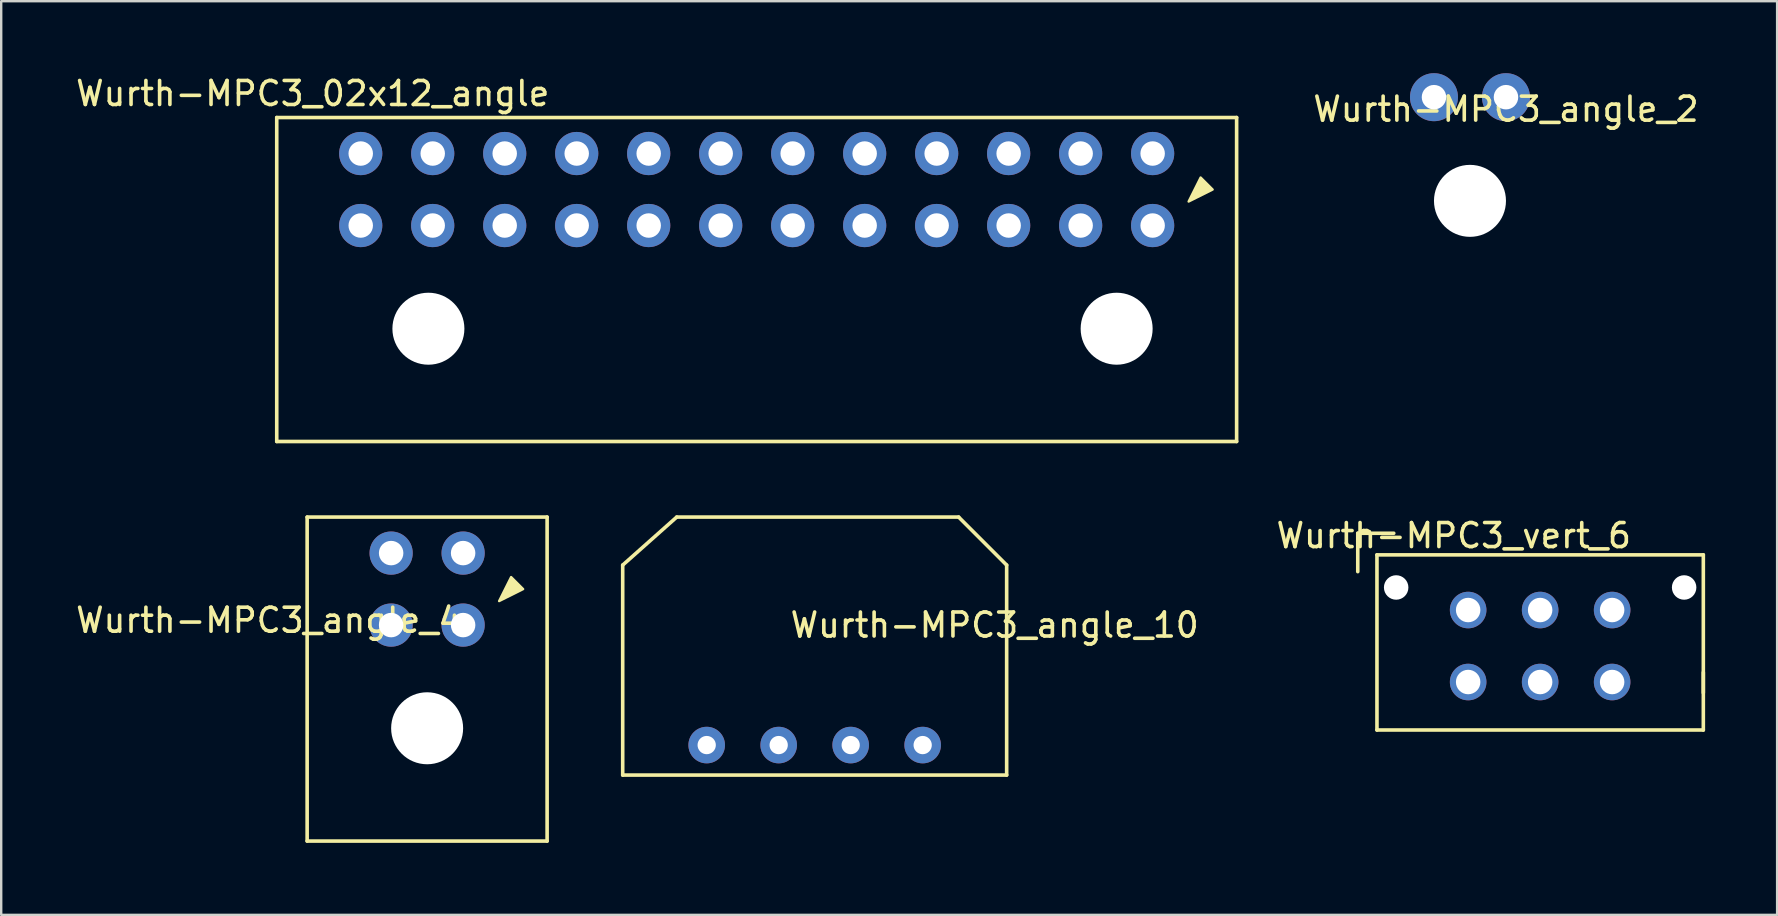
<source format=kicad_pcb>
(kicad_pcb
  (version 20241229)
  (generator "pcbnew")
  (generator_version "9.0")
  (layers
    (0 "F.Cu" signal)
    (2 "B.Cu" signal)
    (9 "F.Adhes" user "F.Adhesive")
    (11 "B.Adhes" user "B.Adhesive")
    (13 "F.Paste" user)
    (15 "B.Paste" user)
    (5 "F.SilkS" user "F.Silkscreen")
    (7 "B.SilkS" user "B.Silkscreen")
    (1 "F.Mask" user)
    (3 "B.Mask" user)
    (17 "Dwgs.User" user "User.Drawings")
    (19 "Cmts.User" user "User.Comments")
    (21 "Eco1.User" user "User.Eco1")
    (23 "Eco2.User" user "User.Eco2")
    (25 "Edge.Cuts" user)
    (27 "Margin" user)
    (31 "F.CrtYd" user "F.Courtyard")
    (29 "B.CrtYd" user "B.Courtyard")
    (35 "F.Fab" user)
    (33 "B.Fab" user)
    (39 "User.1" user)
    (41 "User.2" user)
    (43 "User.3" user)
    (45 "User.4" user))
  (footprint "Wurth-MPC3_angle_2"
    (layer "F.Cu")
    (at 59.706 1)
    (property "Reference" "Wurth-MPC3_angle_2" (at 0 0.5 0) (layer "F.SilkS") (effects (font (size 1 1) (thickness 0.15))))
    (attr through_hole)
    (pad "" np_thru_hole circle (at -1.5 4.32) (size 3 3) (drill 3) (layers "*.Cu" "*.Mask"))
    (pad "1" thru_hole circle (at 0 0) (size 2 2) (drill 1.02) (layers "*.Cu" "*.Mask"))
    (pad "2" thru_hole circle (at -3 0) (size 2 2) (drill 1.02) (layers "*.Cu" "*.Mask")))
  (footprint "Wurth-MPC3_angle_10"
    (layer "F.Cu")
    (at 26.399 27.998)
    (property "Reference" "Wurth-MPC3_angle_10" (at 12 -5 0) (layer "F.SilkS") (effects (font (size 1 1) (thickness 0.15))))
    (attr through_hole)
    (fp_line (start -3.5 -7.5) (end -1.25 -9.5) (stroke (width 0.15) (type solid)) (layer "F.SilkS"))
    (fp_line (start -3.5 1.25) (end -3.5 -7.5) (stroke (width 0.15) (type solid)) (layer "F.SilkS"))
    (fp_line (start -3.5 1.25) (end 12.5 1.25) (stroke (width 0.15) (type solid)) (layer "F.SilkS"))
    (fp_line (start 10.5 -9.5) (end -1.25 -9.5) (stroke (width 0.15) (type solid)) (layer "F.SilkS"))
    (fp_line (start 12.5 -7.5) (end 10.5 -9.5) (stroke (width 0.15) (type solid)) (layer "F.SilkS"))
    (fp_line (start 12.5 1.25) (end 12.5 -7.5) (stroke (width 0.15) (type solid)) (layer "F.SilkS"))
    (pad "1" thru_hole circle (at 0 0) (size 1.524 1.524) (drill 0.762) (layers "*.Cu" "*.Mask"))
    (pad "2" thru_hole circle (at 3 0) (size 1.524 1.524) (drill 0.762) (layers "*.Cu" "*.Mask"))
    (pad "3" thru_hole circle (at 6 0) (size 1.524 1.524) (drill 0.762) (layers "*.Cu" "*.Mask"))
    (pad "4" thru_hole circle (at 9 0) (size 1.524 1.524) (drill 0.762) (layers "*.Cu" "*.Mask")))
  (footprint "Wurth-MPC3_angle_4"
    (layer "F.Cu")
    (at 13.249 19.998)
    (property "Reference" "Wurth-MPC3_angle_4" (at -5.1 2.8 0) (layer "F.SilkS") (effects (font (size 1 1) (thickness 0.15))))
    (attr through_hole)
    (fp_line (start -3.5 12) (end -3.5 -1.5) (stroke (width 0.15) (type solid)) (layer "F.SilkS"))
    (fp_line (start -3.5 12) (end 6.5 12) (stroke (width 0.15) (type solid)) (layer "F.SilkS"))
    (fp_line (start 6.5 -1.5) (end -3.5 -1.5) (stroke (width 0.15) (type solid)) (layer "F.SilkS"))
    (fp_line (start 6.5 12) (end 6.5 -1.5) (stroke (width 0.15) (type solid)) (layer "F.SilkS"))
    (fp_poly (pts (xy 4.5 2) (xy 5 1) (xy 5.5 1.5)) (stroke (width 0.1) (type solid)) (fill yes) (layer "F.SilkS"))
    (pad "" np_thru_hole circle (at 1.5 7.3) (size 3 3) (drill 3) (layers "*.Cu" "*.Mask"))
    (pad "1" thru_hole circle (at 3 3) (size 1.8 1.8) (drill 1.02) (layers "*.Cu" "*.Mask"))
    (pad "2" thru_hole circle (at 0 3) (size 1.8 1.8) (drill 1.02) (layers "*.Cu" "*.Mask"))
    (pad "3" thru_hole circle (at 3 0) (size 1.8 1.8) (drill 1.02) (layers "*.Cu" "*.Mask"))
    (pad "4" thru_hole circle (at 0 0) (size 1.8 1.8) (drill 1.02) (layers "*.Cu" "*.Mask")))
  (footprint "Wurth-MPC3_02x12_angle"
    (layer "F.Cu")
    (at 44.982 6.348)
    (property "Reference" "Wurth-MPC3_02x12_angle" (at -35 -5.5 0) (layer "F.SilkS") (effects (font (size 1 1) (thickness 0.15))))
    (attr through_hole)
    (fp_line (start -36.5 9) (end -36.5 -4.5) (stroke (width 0.15) (type solid)) (layer "F.SilkS"))
    (fp_line (start -36.5 9) (end 3.5 9) (stroke (width 0.15) (type solid)) (layer "F.SilkS"))
    (fp_line (start 3.5 -4.5) (end -36.5 -4.5) (stroke (width 0.15) (type solid)) (layer "F.SilkS"))
    (fp_line (start 3.5 9) (end 3.5 -4.5) (stroke (width 0.15) (type solid)) (layer "F.SilkS"))
    (fp_poly (pts (xy 1.5 -1) (xy 2 -2) (xy 2.5 -1.5)) (stroke (width 0.1) (type solid)) (fill yes) (layer "F.SilkS"))
    (pad "" np_thru_hole circle (at -30.18 4.3) (size 3 3) (drill 3) (layers "*.Cu" "*.Mask"))
    (pad "" np_thru_hole circle (at -1.5 4.3) (size 3 3) (drill 3) (layers "*.Cu" "*.Mask"))
    (pad "1" thru_hole circle (at 0 0) (size 1.8 1.8) (drill 1.02) (layers "*.Cu" "*.Mask"))
    (pad "2" thru_hole circle (at -3 0) (size 1.8 1.8) (drill 1.02) (layers "*.Cu" "*.Mask"))
    (pad "3" thru_hole circle (at -6 0) (size 1.8 1.8) (drill 1.02) (layers "*.Cu" "*.Mask"))
    (pad "4" thru_hole circle (at -9 0) (size 1.8 1.8) (drill 1.02) (layers "*.Cu" "*.Mask"))
    (pad "5" thru_hole circle (at -12 0) (size 1.8 1.8) (drill 1.02) (layers "*.Cu" "*.Mask"))
    (pad "6" thru_hole circle (at -15 0) (size 1.8 1.8) (drill 1.02) (layers "*.Cu" "*.Mask"))
    (pad "7" thru_hole circle (at -18 0) (size 1.8 1.8) (drill 1.02) (layers "*.Cu" "*.Mask"))
    (pad "8" thru_hole circle (at -21 0) (size 1.8 1.8) (drill 1.02) (layers "*.Cu" "*.Mask"))
    (pad "9" thru_hole circle (at -24 0) (size 1.8 1.8) (drill 1.02) (layers "*.Cu" "*.Mask"))
    (pad "10" thru_hole circle (at -27 0) (size 1.8 1.8) (drill 1.02) (layers "*.Cu" "*.Mask"))
    (pad "11" thru_hole circle (at -30 0) (size 1.8 1.8) (drill 1.02) (layers "*.Cu" "*.Mask"))
    (pad "12" thru_hole circle (at -33 0) (size 1.8 1.8) (drill 1.02) (layers "*.Cu" "*.Mask"))
    (pad "13" thru_hole circle (at 0 -3) (size 1.8 1.8) (drill 1.02) (layers "*.Cu" "*.Mask"))
    (pad "14" thru_hole circle (at -3 -3) (size 1.8 1.8) (drill 1.02) (layers "*.Cu" "*.Mask"))
    (pad "15" thru_hole circle (at -6 -3) (size 1.8 1.8) (drill 1.02) (layers "*.Cu" "*.Mask"))
    (pad "16" thru_hole circle (at -9 -3) (size 1.8 1.8) (drill 1.02) (layers "*.Cu" "*.Mask"))
    (pad "17" thru_hole circle (at -12 -3) (size 1.8 1.8) (drill 1.02) (layers "*.Cu" "*.Mask"))
    (pad "18" thru_hole circle (at -15 -3) (size 1.8 1.8) (drill 1.02) (layers "*.Cu" "*.Mask"))
    (pad "19" thru_hole circle (at -18 -3) (size 1.8 1.8) (drill 1.02) (layers "*.Cu" "*.Mask"))
    (pad "20" thru_hole circle (at -21 -3) (size 1.8 1.8) (drill 1.02) (layers "*.Cu" "*.Mask"))
    (pad "21" thru_hole circle (at -24 -3) (size 1.8 1.8) (drill 1.02) (layers "*.Cu" "*.Mask"))
    (pad "22" thru_hole circle (at -27 -3) (size 1.8 1.8) (drill 1.02) (layers "*.Cu" "*.Mask"))
    (pad "23" thru_hole circle (at -30 -3) (size 1.8 1.8) (drill 1.02) (layers "*.Cu" "*.Mask"))
    (pad "24" thru_hole circle (at -33 -3) (size 1.8 1.8) (drill 1.02) (layers "*.Cu" "*.Mask")))
  (footprint "Wurth-MPC3_vert_6"
    (layer "F.Cu")
    (at 58.13 21.771)
    (property "Reference" "Wurth-MPC3_vert_6" (at -0.6 -2.5 0) (layer "F.SilkS") (effects (font (size 1 1) (thickness 0.15))))
    (attr through_hole)
    (fp_line (start -4.6 -2.6) (end -3.1 -2.6) (stroke (width 0.15) (type solid)) (layer "F.SilkS"))
    (fp_line (start -4.6 -2.3) (end -4.6 -2.6) (stroke (width 0.15) (type solid)) (layer "F.SilkS"))
    (fp_line (start -4.6 -1) (end -4.6 -2.3) (stroke (width 0.15) (type solid)) (layer "F.SilkS"))
    (fp_line (start -3.8 -1.7) (end -3.8 5.6) (stroke (width 0.15) (type solid)) (layer "F.SilkS"))
    (fp_line (start -3.8 -1.7) (end 9.8 -1.7) (stroke (width 0.15) (type solid)) (layer "F.SilkS"))
    (fp_line (start -3.8 5.6) (end 9.8 5.6) (stroke (width 0.15) (type solid)) (layer "F.SilkS"))
    (fp_line (start 9.8 -1.7) (end 9.8 4.05) (stroke (width 0.15) (type solid)) (layer "F.SilkS"))
    (fp_line (start 9.8 5.6) (end 9.8 3.2) (stroke (width 0.15) (type solid)) (layer "F.SilkS"))
    (pad "" np_thru_hole circle (at -3 -0.34) (size 1.02 1.02) (drill 1.02) (layers "*.Cu" "*.Mask"))
    (pad "" np_thru_hole circle (at 9 -0.34) (size 1.02 1.02) (drill 1.02) (layers "*.Cu" "*.Mask"))
    (pad "1" thru_hole circle (at 0 0.6) (size 1.524 1.524) (drill 1.02) (layers "*.Cu" "*.Mask"))
    (pad "2" thru_hole circle (at 3 0.6) (size 1.524 1.524) (drill 1.02) (layers "*.Cu" "*.Mask"))
    (pad "3" thru_hole circle (at 6 0.6) (size 1.524 1.524) (drill 1.02) (layers "*.Cu" "*.Mask"))
    (pad "4" thru_hole circle (at 0 3.6) (size 1.524 1.524) (drill 1.02) (layers "*.Cu" "*.Mask"))
    (pad "5" thru_hole circle (at 3 3.6) (size 1.524 1.524) (drill 1.02) (layers "*.Cu" "*.Mask"))
    (pad "6" thru_hole circle (at 6 3.6) (size 1.524 1.524) (drill 1.02) (layers "*.Cu" "*.Mask")))
  (gr_rect
    (start -3 -3)
    (end 71.005 35.073)
    (stroke (width 0.1) (type default))
    (fill no)
    (layer "Edge.Cuts")))
</source>
